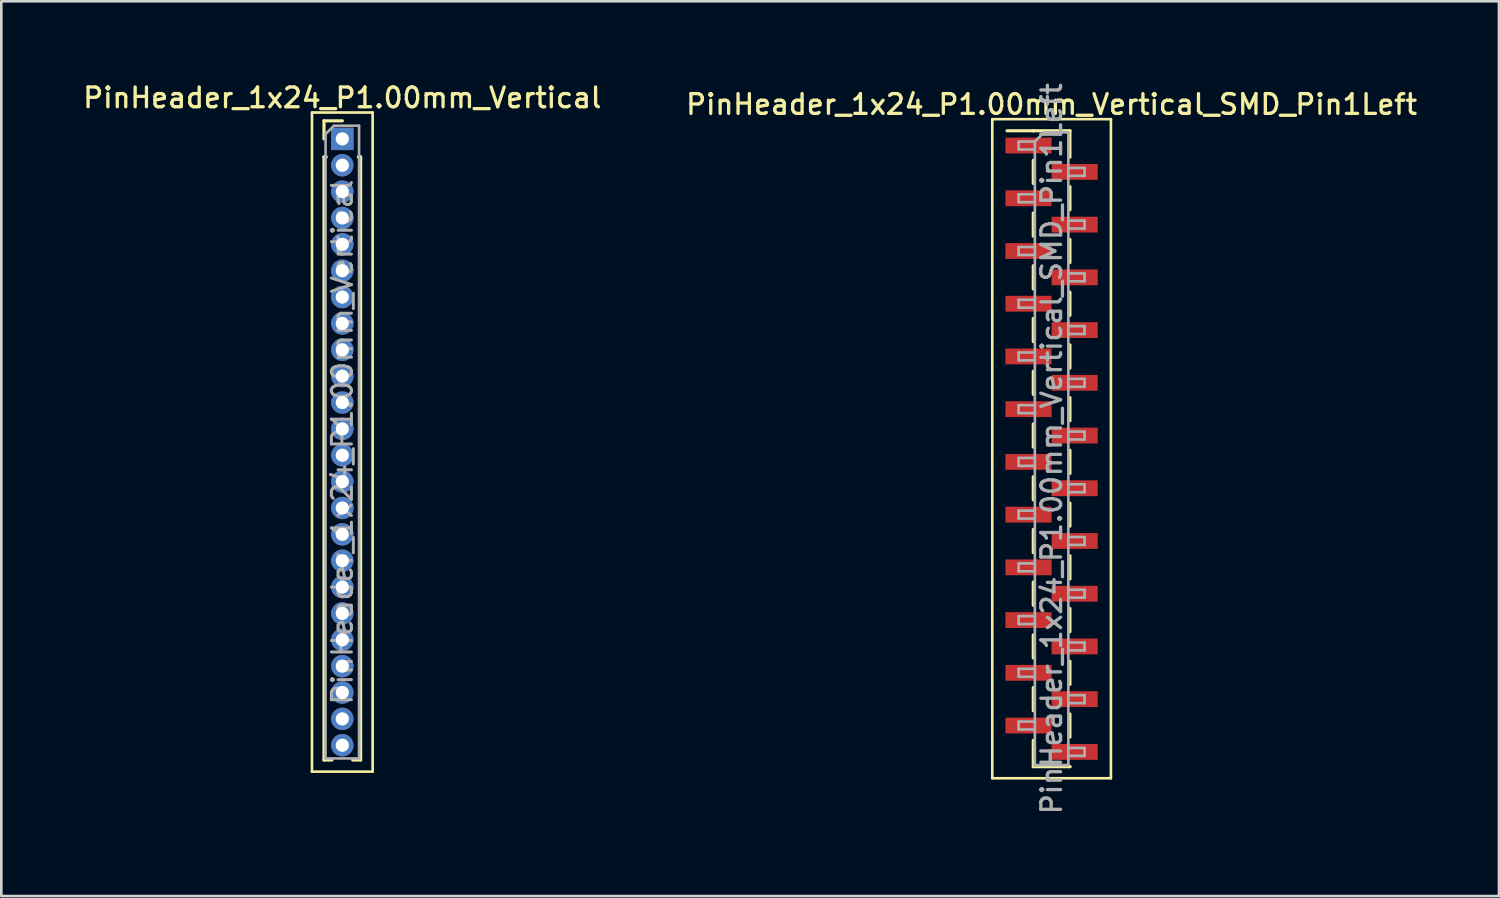
<source format=kicad_pcb>
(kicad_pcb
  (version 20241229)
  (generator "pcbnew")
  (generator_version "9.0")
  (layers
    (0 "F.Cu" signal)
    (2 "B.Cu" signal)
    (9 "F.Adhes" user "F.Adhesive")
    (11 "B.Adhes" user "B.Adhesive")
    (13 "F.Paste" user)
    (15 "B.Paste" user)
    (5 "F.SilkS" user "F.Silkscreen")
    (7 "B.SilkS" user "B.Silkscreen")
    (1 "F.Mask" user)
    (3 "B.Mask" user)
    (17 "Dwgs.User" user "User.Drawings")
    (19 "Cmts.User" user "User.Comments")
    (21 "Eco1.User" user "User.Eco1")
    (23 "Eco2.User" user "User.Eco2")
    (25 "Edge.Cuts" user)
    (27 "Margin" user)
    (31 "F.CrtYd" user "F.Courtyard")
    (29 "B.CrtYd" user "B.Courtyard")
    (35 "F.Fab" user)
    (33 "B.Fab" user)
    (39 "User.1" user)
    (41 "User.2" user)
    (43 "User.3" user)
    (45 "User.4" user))
  (footprint "PinHeader_1x24_P1.00mm_Vertical"
    (layer "F.Cu")
    (at 9.934 2.218)
    (property "Reference" "PinHeader_1x24_P1.00mm_Vertical" (at 0 -1.56 0) (layer "F.SilkS") (effects (font (size 0.75 0.75) (thickness 0.125))))
    (attr through_hole)
    (fp_line (start -1.15 -1) (end -1.15 24) (stroke (width 0.1) (type solid)) (layer "F.SilkS"))
    (fp_line (start -1.15 24) (end 1.15 24) (stroke (width 0.1) (type solid)) (layer "F.SilkS"))
    (fp_line (start -0.695 -0.685) (end 0 -0.685) (stroke (width 0.12) (type solid)) (layer "F.SilkS"))
    (fp_line (start -0.695 0) (end -0.695 -0.685) (stroke (width 0.12) (type solid)) (layer "F.SilkS"))
    (fp_line (start -0.695 0.685) (end -0.695 23.56) (stroke (width 0.12) (type solid)) (layer "F.SilkS"))
    (fp_line (start -0.695 0.685) (end -0.608 0.685) (stroke (width 0.12) (type solid)) (layer "F.SilkS"))
    (fp_line (start -0.695 23.56) (end -0.394 23.56) (stroke (width 0.12) (type solid)) (layer "F.SilkS"))
    (fp_line (start 0.394 23.56) (end 0.695 23.56) (stroke (width 0.12) (type solid)) (layer "F.SilkS"))
    (fp_line (start 0.608 0.685) (end 0.695 0.685) (stroke (width 0.12) (type solid)) (layer "F.SilkS"))
    (fp_line (start 0.695 0.685) (end 0.695 23.56) (stroke (width 0.12) (type solid)) (layer "F.SilkS"))
    (fp_line (start 1.15 -1) (end -1.15 -1) (stroke (width 0.1) (type solid)) (layer "F.SilkS"))
    (fp_line (start 1.15 24) (end 1.15 -1) (stroke (width 0.1) (type solid)) (layer "F.SilkS"))
    (fp_line (start -0.635 -0.182) (end -0.318 -0.5) (stroke (width 0.1) (type solid)) (layer "F.Fab"))
    (fp_line (start -0.635 23.5) (end -0.635 -0.182) (stroke (width 0.1) (type solid)) (layer "F.Fab"))
    (fp_line (start -0.318 -0.5) (end 0.635 -0.5) (stroke (width 0.1) (type solid)) (layer "F.Fab"))
    (fp_line (start 0.635 -0.5) (end 0.635 23.5) (stroke (width 0.1) (type solid)) (layer "F.Fab"))
    (fp_line (start 0.635 23.5) (end -0.635 23.5) (stroke (width 0.1) (type solid)) (layer "F.Fab"))
    (fp_text user "${REFERENCE}" (at 0 11.5 90) (layer "F.Fab") (effects (font (size 0.76 0.76) (thickness 0.114))))
    (pad "1" thru_hole rect (at 0 0) (size 0.85 0.85) (drill 0.5) (layers "*.Cu" "*.Mask"))
    (pad "2" thru_hole oval (at 0 1) (size 0.85 0.85) (drill 0.5) (layers "*.Cu" "*.Mask"))
    (pad "3" thru_hole oval (at 0 2) (size 0.85 0.85) (drill 0.5) (layers "*.Cu" "*.Mask"))
    (pad "4" thru_hole oval (at 0 3) (size 0.85 0.85) (drill 0.5) (layers "*.Cu" "*.Mask"))
    (pad "5" thru_hole oval (at 0 4) (size 0.85 0.85) (drill 0.5) (layers "*.Cu" "*.Mask"))
    (pad "6" thru_hole oval (at 0 5) (size 0.85 0.85) (drill 0.5) (layers "*.Cu" "*.Mask"))
    (pad "7" thru_hole oval (at 0 6) (size 0.85 0.85) (drill 0.5) (layers "*.Cu" "*.Mask"))
    (pad "8" thru_hole oval (at 0 7) (size 0.85 0.85) (drill 0.5) (layers "*.Cu" "*.Mask"))
    (pad "9" thru_hole oval (at 0 8) (size 0.85 0.85) (drill 0.5) (layers "*.Cu" "*.Mask"))
    (pad "10" thru_hole oval (at 0 9) (size 0.85 0.85) (drill 0.5) (layers "*.Cu" "*.Mask"))
    (pad "11" thru_hole oval (at 0 10) (size 0.85 0.85) (drill 0.5) (layers "*.Cu" "*.Mask"))
    (pad "12" thru_hole oval (at 0 11) (size 0.85 0.85) (drill 0.5) (layers "*.Cu" "*.Mask"))
    (pad "13" thru_hole oval (at 0 12) (size 0.85 0.85) (drill 0.5) (layers "*.Cu" "*.Mask"))
    (pad "14" thru_hole oval (at 0 13) (size 0.85 0.85) (drill 0.5) (layers "*.Cu" "*.Mask"))
    (pad "15" thru_hole oval (at 0 14) (size 0.85 0.85) (drill 0.5) (layers "*.Cu" "*.Mask"))
    (pad "16" thru_hole oval (at 0 15) (size 0.85 0.85) (drill 0.5) (layers "*.Cu" "*.Mask"))
    (pad "17" thru_hole oval (at 0 16) (size 0.85 0.85) (drill 0.5) (layers "*.Cu" "*.Mask"))
    (pad "18" thru_hole oval (at 0 17) (size 0.85 0.85) (drill 0.5) (layers "*.Cu" "*.Mask"))
    (pad "19" thru_hole oval (at 0 18) (size 0.85 0.85) (drill 0.5) (layers "*.Cu" "*.Mask"))
    (pad "20" thru_hole oval (at 0 19) (size 0.85 0.85) (drill 0.5) (layers "*.Cu" "*.Mask"))
    (pad "21" thru_hole oval (at 0 20) (size 0.85 0.85) (drill 0.5) (layers "*.Cu" "*.Mask"))
    (pad "22" thru_hole oval (at 0 21) (size 0.85 0.85) (drill 0.5) (layers "*.Cu" "*.Mask"))
    (pad "23" thru_hole oval (at 0 22) (size 0.85 0.85) (drill 0.5) (layers "*.Cu" "*.Mask"))
    (pad "24" thru_hole oval (at 0 23) (size 0.85 0.85) (drill 0.5) (layers "*.Cu" "*.Mask")))
  (footprint "PinHeader_1x24_P1.00mm_Vertical_SMD_Pin1Left"
    (layer "F.Cu")
    (at 36.838 13.97)
    (property "Reference" "PinHeader_1x24_P1.00mm_Vertical_SMD_Pin1Left" (at 0 -13.06 0) (layer "F.SilkS") (effects (font (size 0.75 0.75) (thickness 0.125))))
    (attr smd)
    (fp_line (start -2.25 -12.5) (end -2.25 12.5) (stroke (width 0.1) (type solid)) (layer "F.SilkS"))
    (fp_line (start -2.25 12.5) (end 2.25 12.5) (stroke (width 0.1) (type solid)) (layer "F.SilkS"))
    (fp_line (start -0.695 -12.06) (end -1.69 -12.06) (stroke (width 0.12) (type solid)) (layer "F.SilkS"))
    (fp_line (start -0.695 -12.06) (end -0.695 -12.06) (stroke (width 0.12) (type solid)) (layer "F.SilkS"))
    (fp_line (start -0.695 -12.06) (end 0.695 -12.06) (stroke (width 0.12) (type solid)) (layer "F.SilkS"))
    (fp_line (start -0.695 -10.94) (end -0.695 -10.06) (stroke (width 0.12) (type solid)) (layer "F.SilkS"))
    (fp_line (start -0.695 -8.94) (end -0.695 -8.06) (stroke (width 0.12) (type solid)) (layer "F.SilkS"))
    (fp_line (start -0.695 -6.94) (end -0.695 -6.06) (stroke (width 0.12) (type solid)) (layer "F.SilkS"))
    (fp_line (start -0.695 -4.94) (end -0.695 -4.06) (stroke (width 0.12) (type solid)) (layer "F.SilkS"))
    (fp_line (start -0.695 -2.94) (end -0.695 -2.06) (stroke (width 0.12) (type solid)) (layer "F.SilkS"))
    (fp_line (start -0.695 -0.94) (end -0.695 -0.06) (stroke (width 0.12) (type solid)) (layer "F.SilkS"))
    (fp_line (start -0.695 1.06) (end -0.695 1.94) (stroke (width 0.12) (type solid)) (layer "F.SilkS"))
    (fp_line (start -0.695 3.06) (end -0.695 3.94) (stroke (width 0.12) (type solid)) (layer "F.SilkS"))
    (fp_line (start -0.695 5.06) (end -0.695 5.94) (stroke (width 0.12) (type solid)) (layer "F.SilkS"))
    (fp_line (start -0.695 7.06) (end -0.695 7.94) (stroke (width 0.12) (type solid)) (layer "F.SilkS"))
    (fp_line (start -0.695 9.06) (end -0.695 9.94) (stroke (width 0.12) (type solid)) (layer "F.SilkS"))
    (fp_line (start -0.695 11.06) (end -0.695 12.06) (stroke (width 0.12) (type solid)) (layer "F.SilkS"))
    (fp_line (start -0.695 12.06) (end 0.695 12.06) (stroke (width 0.12) (type solid)) (layer "F.SilkS"))
    (fp_line (start 0.695 -12.06) (end 0.695 -11.06) (stroke (width 0.12) (type solid)) (layer "F.SilkS"))
    (fp_line (start 0.695 -9.94) (end 0.695 -9.06) (stroke (width 0.12) (type solid)) (layer "F.SilkS"))
    (fp_line (start 0.695 -7.94) (end 0.695 -7.06) (stroke (width 0.12) (type solid)) (layer "F.SilkS"))
    (fp_line (start 0.695 -5.94) (end 0.695 -5.06) (stroke (width 0.12) (type solid)) (layer "F.SilkS"))
    (fp_line (start 0.695 -3.94) (end 0.695 -3.06) (stroke (width 0.12) (type solid)) (layer "F.SilkS"))
    (fp_line (start 0.695 -1.94) (end 0.695 -1.06) (stroke (width 0.12) (type solid)) (layer "F.SilkS"))
    (fp_line (start 0.695 0.06) (end 0.695 0.94) (stroke (width 0.12) (type solid)) (layer "F.SilkS"))
    (fp_line (start 0.695 2.06) (end 0.695 2.94) (stroke (width 0.12) (type solid)) (layer "F.SilkS"))
    (fp_line (start 0.695 4.06) (end 0.695 4.94) (stroke (width 0.12) (type solid)) (layer "F.SilkS"))
    (fp_line (start 0.695 6.06) (end 0.695 6.94) (stroke (width 0.12) (type solid)) (layer "F.SilkS"))
    (fp_line (start 0.695 8.06) (end 0.695 8.94) (stroke (width 0.12) (type solid)) (layer "F.SilkS"))
    (fp_line (start 0.695 10.06) (end 0.695 10.94) (stroke (width 0.12) (type solid)) (layer "F.SilkS"))
    (fp_line (start 0.695 12.06) (end 0.695 12.06) (stroke (width 0.12) (type solid)) (layer "F.SilkS"))
    (fp_line (start 2.25 -12.5) (end -2.25 -12.5) (stroke (width 0.1) (type solid)) (layer "F.SilkS"))
    (fp_line (start 2.25 12.5) (end 2.25 -12.5) (stroke (width 0.1) (type solid)) (layer "F.SilkS"))
    (fp_line (start -1.25 -11.65) (end -1.25 -11.35) (stroke (width 0.1) (type solid)) (layer "F.Fab"))
    (fp_line (start -1.25 -11.35) (end -0.635 -11.35) (stroke (width 0.1) (type solid)) (layer "F.Fab"))
    (fp_line (start -1.25 -9.65) (end -1.25 -9.35) (stroke (width 0.1) (type solid)) (layer "F.Fab"))
    (fp_line (start -1.25 -9.35) (end -0.635 -9.35) (stroke (width 0.1) (type solid)) (layer "F.Fab"))
    (fp_line (start -1.25 -7.65) (end -1.25 -7.35) (stroke (width 0.1) (type solid)) (layer "F.Fab"))
    (fp_line (start -1.25 -7.35) (end -0.635 -7.35) (stroke (width 0.1) (type solid)) (layer "F.Fab"))
    (fp_line (start -1.25 -5.65) (end -1.25 -5.35) (stroke (width 0.1) (type solid)) (layer "F.Fab"))
    (fp_line (start -1.25 -5.35) (end -0.635 -5.35) (stroke (width 0.1) (type solid)) (layer "F.Fab"))
    (fp_line (start -1.25 -3.65) (end -1.25 -3.35) (stroke (width 0.1) (type solid)) (layer "F.Fab"))
    (fp_line (start -1.25 -3.35) (end -0.635 -3.35) (stroke (width 0.1) (type solid)) (layer "F.Fab"))
    (fp_line (start -1.25 -1.65) (end -1.25 -1.35) (stroke (width 0.1) (type solid)) (layer "F.Fab"))
    (fp_line (start -1.25 -1.35) (end -0.635 -1.35) (stroke (width 0.1) (type solid)) (layer "F.Fab"))
    (fp_line (start -1.25 0.35) (end -1.25 0.65) (stroke (width 0.1) (type solid)) (layer "F.Fab"))
    (fp_line (start -1.25 0.65) (end -0.635 0.65) (stroke (width 0.1) (type solid)) (layer "F.Fab"))
    (fp_line (start -1.25 2.35) (end -1.25 2.65) (stroke (width 0.1) (type solid)) (layer "F.Fab"))
    (fp_line (start -1.25 2.65) (end -0.635 2.65) (stroke (width 0.1) (type solid)) (layer "F.Fab"))
    (fp_line (start -1.25 4.35) (end -1.25 4.65) (stroke (width 0.1) (type solid)) (layer "F.Fab"))
    (fp_line (start -1.25 4.65) (end -0.635 4.65) (stroke (width 0.1) (type solid)) (layer "F.Fab"))
    (fp_line (start -1.25 6.35) (end -1.25 6.65) (stroke (width 0.1) (type solid)) (layer "F.Fab"))
    (fp_line (start -1.25 6.65) (end -0.635 6.65) (stroke (width 0.1) (type solid)) (layer "F.Fab"))
    (fp_line (start -1.25 8.35) (end -1.25 8.65) (stroke (width 0.1) (type solid)) (layer "F.Fab"))
    (fp_line (start -1.25 8.65) (end -0.635 8.65) (stroke (width 0.1) (type solid)) (layer "F.Fab"))
    (fp_line (start -1.25 10.35) (end -1.25 10.65) (stroke (width 0.1) (type solid)) (layer "F.Fab"))
    (fp_line (start -1.25 10.65) (end -0.635 10.65) (stroke (width 0.1) (type solid)) (layer "F.Fab"))
    (fp_line (start -0.635 -11.65) (end -1.25 -11.65) (stroke (width 0.1) (type solid)) (layer "F.Fab"))
    (fp_line (start -0.635 -11.65) (end -0.285 -12) (stroke (width 0.1) (type solid)) (layer "F.Fab"))
    (fp_line (start -0.635 -9.65) (end -1.25 -9.65) (stroke (width 0.1) (type solid)) (layer "F.Fab"))
    (fp_line (start -0.635 -7.65) (end -1.25 -7.65) (stroke (width 0.1) (type solid)) (layer "F.Fab"))
    (fp_line (start -0.635 -5.65) (end -1.25 -5.65) (stroke (width 0.1) (type solid)) (layer "F.Fab"))
    (fp_line (start -0.635 -3.65) (end -1.25 -3.65) (stroke (width 0.1) (type solid)) (layer "F.Fab"))
    (fp_line (start -0.635 -1.65) (end -1.25 -1.65) (stroke (width 0.1) (type solid)) (layer "F.Fab"))
    (fp_line (start -0.635 0.35) (end -1.25 0.35) (stroke (width 0.1) (type solid)) (layer "F.Fab"))
    (fp_line (start -0.635 2.35) (end -1.25 2.35) (stroke (width 0.1) (type solid)) (layer "F.Fab"))
    (fp_line (start -0.635 4.35) (end -1.25 4.35) (stroke (width 0.1) (type solid)) (layer "F.Fab"))
    (fp_line (start -0.635 6.35) (end -1.25 6.35) (stroke (width 0.1) (type solid)) (layer "F.Fab"))
    (fp_line (start -0.635 8.35) (end -1.25 8.35) (stroke (width 0.1) (type solid)) (layer "F.Fab"))
    (fp_line (start -0.635 10.35) (end -1.25 10.35) (stroke (width 0.1) (type solid)) (layer "F.Fab"))
    (fp_line (start -0.635 12) (end -0.635 -11.65) (stroke (width 0.1) (type solid)) (layer "F.Fab"))
    (fp_line (start -0.285 -12) (end 0.635 -12) (stroke (width 0.1) (type solid)) (layer "F.Fab"))
    (fp_line (start 0.635 -12) (end 0.635 12) (stroke (width 0.1) (type solid)) (layer "F.Fab"))
    (fp_line (start 0.635 -10.65) (end 1.25 -10.65) (stroke (width 0.1) (type solid)) (layer "F.Fab"))
    (fp_line (start 0.635 -8.65) (end 1.25 -8.65) (stroke (width 0.1) (type solid)) (layer "F.Fab"))
    (fp_line (start 0.635 -6.65) (end 1.25 -6.65) (stroke (width 0.1) (type solid)) (layer "F.Fab"))
    (fp_line (start 0.635 -4.65) (end 1.25 -4.65) (stroke (width 0.1) (type solid)) (layer "F.Fab"))
    (fp_line (start 0.635 -2.65) (end 1.25 -2.65) (stroke (width 0.1) (type solid)) (layer "F.Fab"))
    (fp_line (start 0.635 -0.65) (end 1.25 -0.65) (stroke (width 0.1) (type solid)) (layer "F.Fab"))
    (fp_line (start 0.635 1.35) (end 1.25 1.35) (stroke (width 0.1) (type solid)) (layer "F.Fab"))
    (fp_line (start 0.635 3.35) (end 1.25 3.35) (stroke (width 0.1) (type solid)) (layer "F.Fab"))
    (fp_line (start 0.635 5.35) (end 1.25 5.35) (stroke (width 0.1) (type solid)) (layer "F.Fab"))
    (fp_line (start 0.635 7.35) (end 1.25 7.35) (stroke (width 0.1) (type solid)) (layer "F.Fab"))
    (fp_line (start 0.635 9.35) (end 1.25 9.35) (stroke (width 0.1) (type solid)) (layer "F.Fab"))
    (fp_line (start 0.635 11.35) (end 1.25 11.35) (stroke (width 0.1) (type solid)) (layer "F.Fab"))
    (fp_line (start 0.635 12) (end -0.635 12) (stroke (width 0.1) (type solid)) (layer "F.Fab"))
    (fp_line (start 1.25 -10.65) (end 1.25 -10.35) (stroke (width 0.1) (type solid)) (layer "F.Fab"))
    (fp_line (start 1.25 -10.35) (end 0.635 -10.35) (stroke (width 0.1) (type solid)) (layer "F.Fab"))
    (fp_line (start 1.25 -8.65) (end 1.25 -8.35) (stroke (width 0.1) (type solid)) (layer "F.Fab"))
    (fp_line (start 1.25 -8.35) (end 0.635 -8.35) (stroke (width 0.1) (type solid)) (layer "F.Fab"))
    (fp_line (start 1.25 -6.65) (end 1.25 -6.35) (stroke (width 0.1) (type solid)) (layer "F.Fab"))
    (fp_line (start 1.25 -6.35) (end 0.635 -6.35) (stroke (width 0.1) (type solid)) (layer "F.Fab"))
    (fp_line (start 1.25 -4.65) (end 1.25 -4.35) (stroke (width 0.1) (type solid)) (layer "F.Fab"))
    (fp_line (start 1.25 -4.35) (end 0.635 -4.35) (stroke (width 0.1) (type solid)) (layer "F.Fab"))
    (fp_line (start 1.25 -2.65) (end 1.25 -2.35) (stroke (width 0.1) (type solid)) (layer "F.Fab"))
    (fp_line (start 1.25 -2.35) (end 0.635 -2.35) (stroke (width 0.1) (type solid)) (layer "F.Fab"))
    (fp_line (start 1.25 -0.65) (end 1.25 -0.35) (stroke (width 0.1) (type solid)) (layer "F.Fab"))
    (fp_line (start 1.25 -0.35) (end 0.635 -0.35) (stroke (width 0.1) (type solid)) (layer "F.Fab"))
    (fp_line (start 1.25 1.35) (end 1.25 1.65) (stroke (width 0.1) (type solid)) (layer "F.Fab"))
    (fp_line (start 1.25 1.65) (end 0.635 1.65) (stroke (width 0.1) (type solid)) (layer "F.Fab"))
    (fp_line (start 1.25 3.35) (end 1.25 3.65) (stroke (width 0.1) (type solid)) (layer "F.Fab"))
    (fp_line (start 1.25 3.65) (end 0.635 3.65) (stroke (width 0.1) (type solid)) (layer "F.Fab"))
    (fp_line (start 1.25 5.35) (end 1.25 5.65) (stroke (width 0.1) (type solid)) (layer "F.Fab"))
    (fp_line (start 1.25 5.65) (end 0.635 5.65) (stroke (width 0.1) (type solid)) (layer "F.Fab"))
    (fp_line (start 1.25 7.35) (end 1.25 7.65) (stroke (width 0.1) (type solid)) (layer "F.Fab"))
    (fp_line (start 1.25 7.65) (end 0.635 7.65) (stroke (width 0.1) (type solid)) (layer "F.Fab"))
    (fp_line (start 1.25 9.35) (end 1.25 9.65) (stroke (width 0.1) (type solid)) (layer "F.Fab"))
    (fp_line (start 1.25 9.65) (end 0.635 9.65) (stroke (width 0.1) (type solid)) (layer "F.Fab"))
    (fp_line (start 1.25 11.35) (end 1.25 11.65) (stroke (width 0.1) (type solid)) (layer "F.Fab"))
    (fp_line (start 1.25 11.65) (end 0.635 11.65) (stroke (width 0.1) (type solid)) (layer "F.Fab"))
    (fp_text user "${REFERENCE}" (at 0 0 90) (layer "F.Fab") (effects (font (size 0.75 0.75) (thickness 0.125))))
    (pad "1" smd rect (at -0.875 -11.5) (size 1.75 0.6) (layers "F.Cu" "F.Mask" "F.Paste"))
    (pad "2" smd rect (at 0.875 -10.5) (size 1.75 0.6) (layers "F.Cu" "F.Mask" "F.Paste"))
    (pad "3" smd rect (at -0.875 -9.5) (size 1.75 0.6) (layers "F.Cu" "F.Mask" "F.Paste"))
    (pad "4" smd rect (at 0.875 -8.5) (size 1.75 0.6) (layers "F.Cu" "F.Mask" "F.Paste"))
    (pad "5" smd rect (at -0.875 -7.5) (size 1.75 0.6) (layers "F.Cu" "F.Mask" "F.Paste"))
    (pad "6" smd rect (at 0.875 -6.5) (size 1.75 0.6) (layers "F.Cu" "F.Mask" "F.Paste"))
    (pad "7" smd rect (at -0.875 -5.5) (size 1.75 0.6) (layers "F.Cu" "F.Mask" "F.Paste"))
    (pad "8" smd rect (at 0.875 -4.5) (size 1.75 0.6) (layers "F.Cu" "F.Mask" "F.Paste"))
    (pad "9" smd rect (at -0.875 -3.5) (size 1.75 0.6) (layers "F.Cu" "F.Mask" "F.Paste"))
    (pad "10" smd rect (at 0.875 -2.5) (size 1.75 0.6) (layers "F.Cu" "F.Mask" "F.Paste"))
    (pad "11" smd rect (at -0.875 -1.5) (size 1.75 0.6) (layers "F.Cu" "F.Mask" "F.Paste"))
    (pad "12" smd rect (at 0.875 -0.5) (size 1.75 0.6) (layers "F.Cu" "F.Mask" "F.Paste"))
    (pad "13" smd rect (at -0.875 0.5) (size 1.75 0.6) (layers "F.Cu" "F.Mask" "F.Paste"))
    (pad "14" smd rect (at 0.875 1.5) (size 1.75 0.6) (layers "F.Cu" "F.Mask" "F.Paste"))
    (pad "15" smd rect (at -0.875 2.5) (size 1.75 0.6) (layers "F.Cu" "F.Mask" "F.Paste"))
    (pad "16" smd rect (at 0.875 3.5) (size 1.75 0.6) (layers "F.Cu" "F.Mask" "F.Paste"))
    (pad "17" smd rect (at -0.875 4.5) (size 1.75 0.6) (layers "F.Cu" "F.Mask" "F.Paste"))
    (pad "18" smd rect (at 0.875 5.5) (size 1.75 0.6) (layers "F.Cu" "F.Mask" "F.Paste"))
    (pad "19" smd rect (at -0.875 6.5) (size 1.75 0.6) (layers "F.Cu" "F.Mask" "F.Paste"))
    (pad "20" smd rect (at 0.875 7.5) (size 1.75 0.6) (layers "F.Cu" "F.Mask" "F.Paste"))
    (pad "21" smd rect (at -0.875 8.5) (size 1.75 0.6) (layers "F.Cu" "F.Mask" "F.Paste"))
    (pad "22" smd rect (at 0.875 9.5) (size 1.75 0.6) (layers "F.Cu" "F.Mask" "F.Paste"))
    (pad "23" smd rect (at -0.875 10.5) (size 1.75 0.6) (layers "F.Cu" "F.Mask" "F.Paste"))
    (pad "24" smd rect (at 0.875 11.5) (size 1.75 0.6) (layers "F.Cu" "F.Mask" "F.Paste")))
  (gr_rect
    (start -3 -3)
    (end 53.807 30.939)
    (stroke (width 0.1) (type default))
    (fill no)
    (layer "Edge.Cuts")))
</source>
